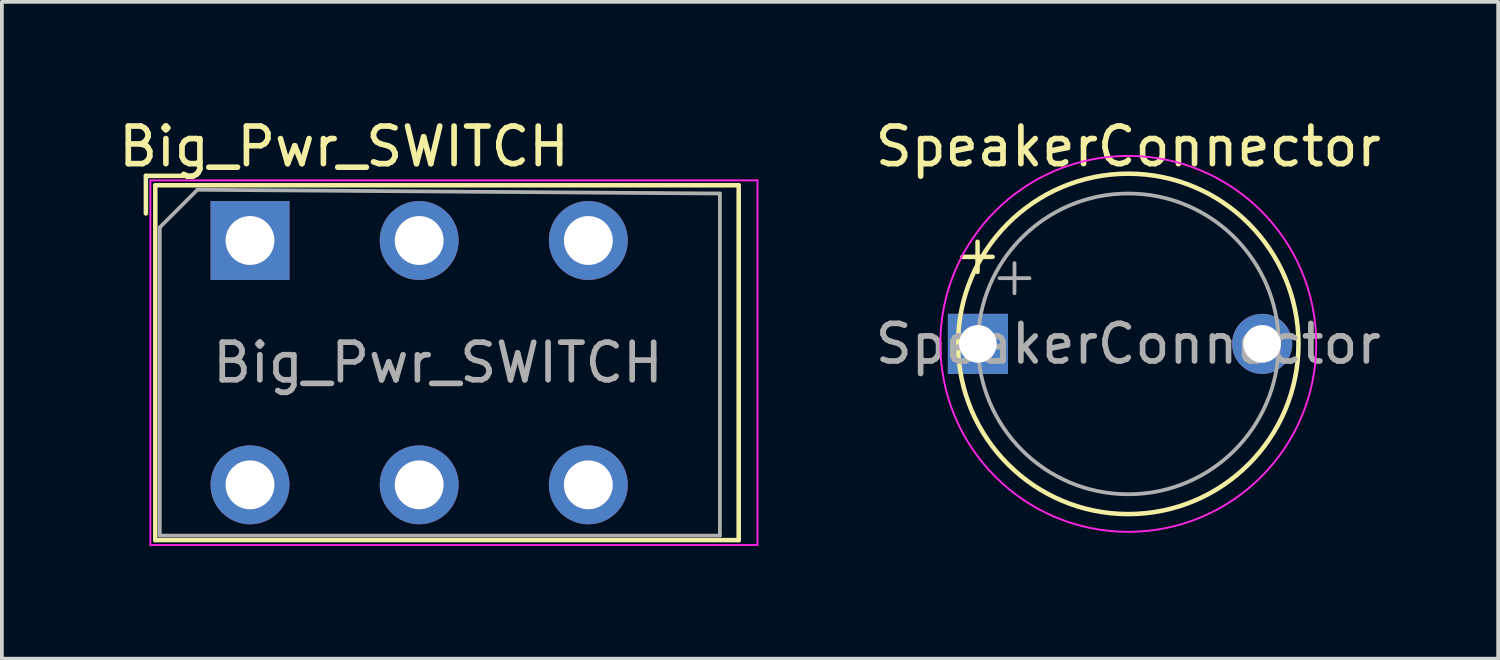
<source format=kicad_pcb>
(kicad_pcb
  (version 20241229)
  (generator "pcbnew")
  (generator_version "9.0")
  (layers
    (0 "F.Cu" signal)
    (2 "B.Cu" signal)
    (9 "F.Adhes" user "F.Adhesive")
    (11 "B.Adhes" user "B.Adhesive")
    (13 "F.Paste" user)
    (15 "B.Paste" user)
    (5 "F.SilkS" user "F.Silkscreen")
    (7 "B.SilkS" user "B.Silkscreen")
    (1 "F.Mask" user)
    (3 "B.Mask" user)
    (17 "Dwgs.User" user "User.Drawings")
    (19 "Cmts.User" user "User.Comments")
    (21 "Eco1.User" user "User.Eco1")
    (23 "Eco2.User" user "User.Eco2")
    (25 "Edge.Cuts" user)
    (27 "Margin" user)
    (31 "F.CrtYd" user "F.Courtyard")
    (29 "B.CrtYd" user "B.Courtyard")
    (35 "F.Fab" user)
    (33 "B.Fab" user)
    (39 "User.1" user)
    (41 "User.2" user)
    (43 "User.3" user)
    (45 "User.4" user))
  (footprint "Big_Pwr_SWITCH"
    (layer "F.Cu")
    (at 3.601 3.598)
    (property "Reference" "Big_Pwr_SWITCH" (at 2.5 -2.75 0) (layer "F.SilkS") (effects (font (size 1 1) (thickness 0.15))))
    (attr through_hole)
    (fp_line (start -2.77 -0.97) (end -2.77 -1.97) (stroke (width 0.12) (type solid)) (layer "F.SilkS"))
    (fp_line (start -2.52 7.72) (end -2.52 -1.72) (stroke (width 0.12) (type solid)) (layer "F.SilkS"))
    (fp_line (start -1.77 -1.97) (end -2.77 -1.97) (stroke (width 0.12) (type solid)) (layer "F.SilkS"))
    (fp_line (start 13 -1.72) (end -2.52 -1.72) (stroke (width 0.12) (type solid)) (layer "F.SilkS"))
    (fp_line (start 13 7.72) (end -2.52 7.72) (stroke (width 0.12) (type solid)) (layer "F.SilkS"))
    (fp_line (start 13 7.72) (end 13 -1.72) (stroke (width 0.12) (type solid)) (layer "F.SilkS"))
    (fp_line (start -2.65 -1.85) (end 13.5 -1.85) (stroke (width 0.05) (type solid)) (layer "F.CrtYd"))
    (fp_line (start -2.65 7.85) (end -2.65 -1.85) (stroke (width 0.05) (type solid)) (layer "F.CrtYd"))
    (fp_line (start -2.65 7.85) (end 13.5 7.85) (stroke (width 0.05) (type solid)) (layer "F.CrtYd"))
    (fp_line (start 13.5 -1.85) (end 13.5 7.85) (stroke (width 0.05) (type solid)) (layer "F.CrtYd"))
    (fp_line (start -2.4 -0.6) (end -1.4 -1.6) (stroke (width 0.1) (type solid)) (layer "F.Fab"))
    (fp_line (start -2.4 7.6) (end -2.4 -0.6) (stroke (width 0.1) (type solid)) (layer "F.Fab"))
    (fp_line (start -1.4 -1.6) (end 12.5 -1.5) (stroke (width 0.1) (type solid)) (layer "F.Fab"))
    (fp_line (start 12.5 -1.5) (end 12.5 7.6) (stroke (width 0.1) (type solid)) (layer "F.Fab"))
    (fp_line (start 12.5 7.6) (end -2.4 7.6) (stroke (width 0.1) (type solid)) (layer "F.Fab"))
    (fp_text user "${REFERENCE}" (at 5 3 0) (layer "F.Fab") (effects (font (size 1 1) (thickness 0.15))))
    (pad "1" thru_hole rect (at 0 -0.25) (size 2.1 2.1) (drill 1.3) (layers "*.Cu" "*.Mask"))
    (pad "2" thru_hole circle (at 4.5 -0.25) (size 2.1 2.1) (drill 1.3) (layers "*.Cu" "*.Mask"))
    (pad "3" thru_hole circle (at 9 -0.25) (size 2.1 2.1) (drill 1.3) (layers "*.Cu" "*.Mask"))
    (pad "4" thru_hole circle (at 0 6.25) (size 2.1 2.1) (drill 1.3) (layers "*.Cu" "*.Mask"))
    (pad "5" thru_hole circle (at 4.5 6.25) (size 2.1 2.1) (drill 1.3) (layers "*.Cu" "*.Mask"))
    (pad "6" thru_hole circle (at 9 6.25) (size 2.1 2.1) (drill 1.3) (layers "*.Cu" "*.Mask")))
  (footprint "SpeakerConnector"
    (layer "F.Cu")
    (at 24.465 6.098)
    (property "Reference" "SpeakerConnector" (at 2.5 -5.25 0) (layer "F.SilkS") (effects (font (size 1 1) (thickness 0.15))))
    (attr through_hole)
    (fp_line (start -1.91 -2.315) (end -1.11 -2.315) (stroke (width 0.12) (type solid)) (layer "F.SilkS"))
    (fp_line (start -1.51 -2.715) (end -1.51 -1.915) (stroke (width 0.12) (type solid)) (layer "F.SilkS"))
    (fp_circle (center 2.5 0) (end 7 0.5) (stroke (width 0.12) (type solid)) (fill no) (layer "F.SilkS"))
    (fp_circle (center 2.5 0) (end 7.5 0) (stroke (width 0.05) (type solid)) (fill no) (layer "F.CrtYd"))
    (fp_line (start -0.927 -1.748) (end -0.127 -1.748) (stroke (width 0.1) (type solid)) (layer "F.Fab"))
    (fp_line (start -0.527 -2.147) (end -0.527 -1.347) (stroke (width 0.1) (type solid)) (layer "F.Fab"))
    (fp_circle (center 2.5 0) (end 6.5 0) (stroke (width 0.1) (type solid)) (fill no) (layer "F.Fab"))
    (fp_text user "${REFERENCE}" (at 2.5 0 0) (layer "F.Fab") (effects (font (size 1 1) (thickness 0.15))))
    (pad "1" thru_hole rect (at -1.5 0) (size 1.6 1.6) (drill 1) (layers "*.Cu" "*.Mask"))
    (pad "2" thru_hole circle (at 6.061 0) (size 1.6 1.6) (drill 1) (layers "*.Cu" "*.Mask")))
  (gr_rect
    (start -3 -3)
    (end 36.805 14.473)
    (stroke (width 0.1) (type default))
    (fill no)
    (layer "Edge.Cuts")))
</source>
